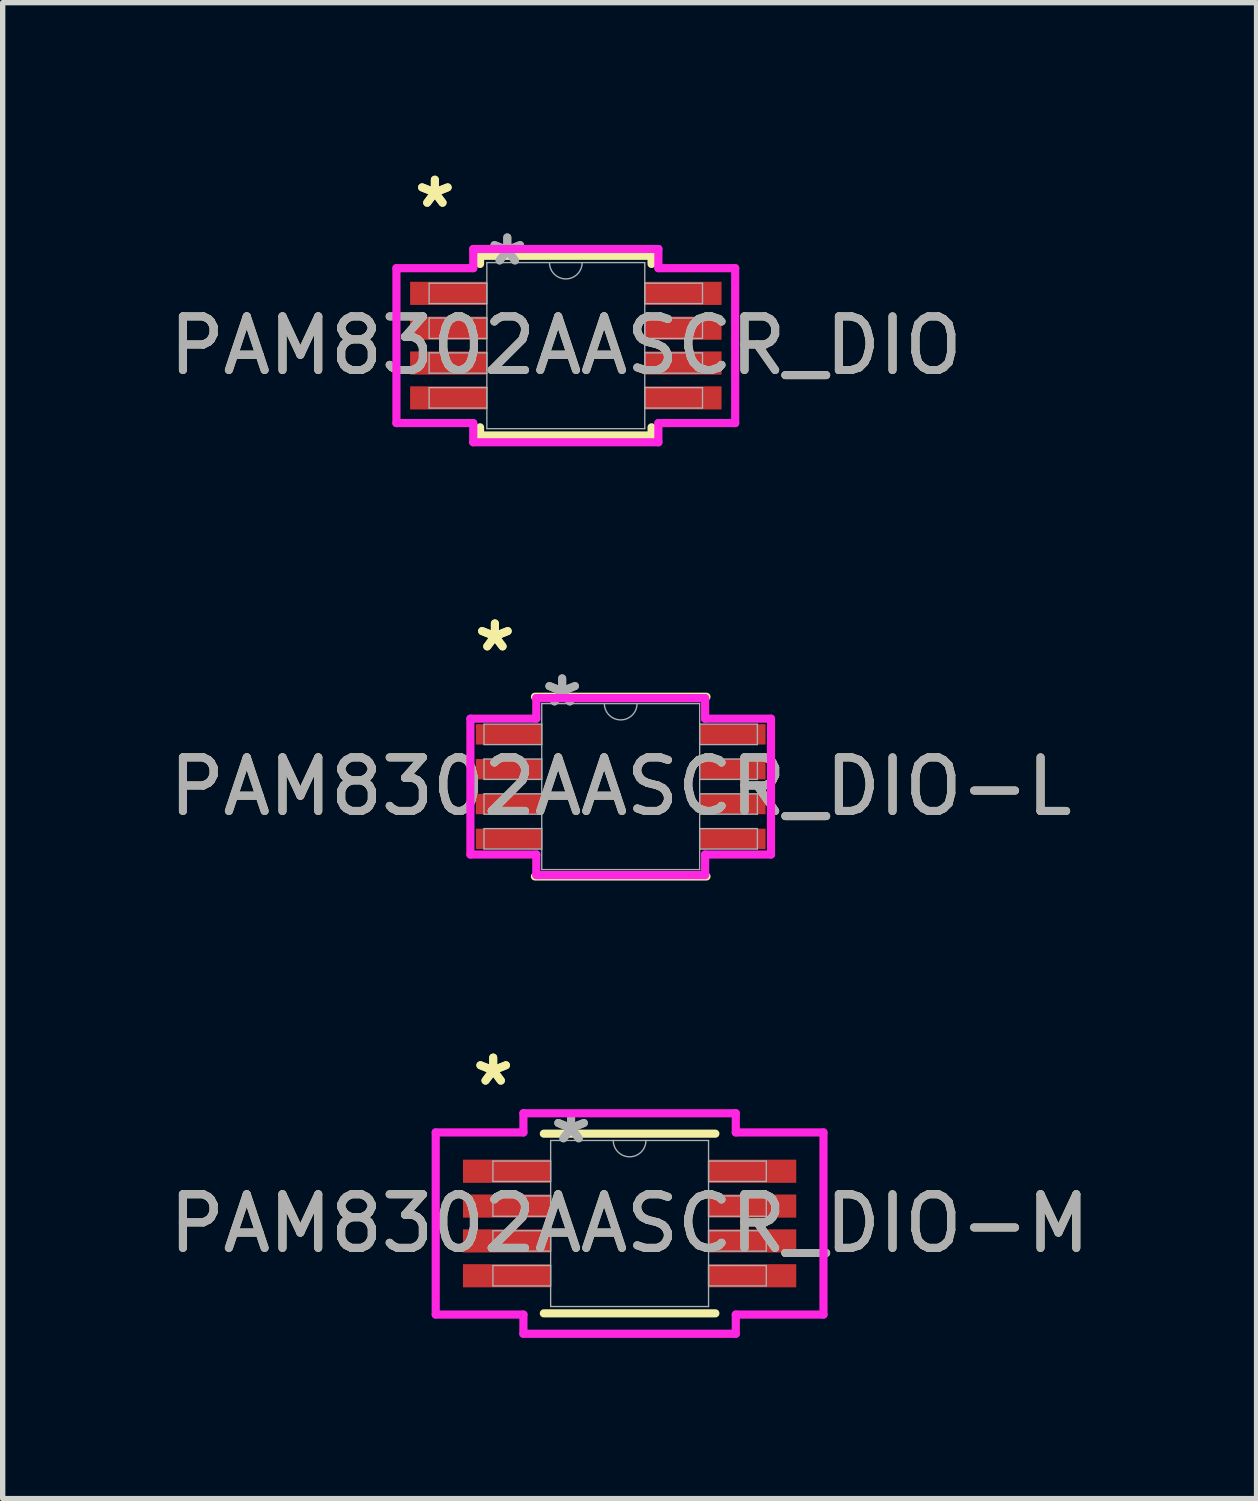
<source format=kicad_pcb>
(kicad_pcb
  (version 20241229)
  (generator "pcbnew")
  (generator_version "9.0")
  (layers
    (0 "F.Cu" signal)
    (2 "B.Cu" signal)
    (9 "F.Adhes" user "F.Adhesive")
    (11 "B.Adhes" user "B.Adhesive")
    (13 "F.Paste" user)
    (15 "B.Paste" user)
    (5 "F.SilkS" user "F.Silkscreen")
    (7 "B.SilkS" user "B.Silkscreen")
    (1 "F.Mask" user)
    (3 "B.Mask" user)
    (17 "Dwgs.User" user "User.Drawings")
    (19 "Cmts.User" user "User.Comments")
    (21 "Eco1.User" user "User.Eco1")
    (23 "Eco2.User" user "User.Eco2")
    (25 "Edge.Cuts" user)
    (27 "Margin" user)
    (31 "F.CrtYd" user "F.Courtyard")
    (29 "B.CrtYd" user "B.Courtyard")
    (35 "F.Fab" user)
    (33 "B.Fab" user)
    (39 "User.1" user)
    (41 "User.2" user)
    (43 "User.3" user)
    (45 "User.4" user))
  (footprint "PAM8302AASCR_DIO-M"
    (layer "F.Cu")
    (at 8.696 19.776)
    (property "Reference" "PAM8302AASCR_DIO-M" (at 0 0 0) (unlocked yes) (layer "F.SilkS") (effects (font (size 1 1) (thickness 0.15))))
    (attr smd)
    (fp_line (start -1.6 1.676) (end 1.6 1.676) (stroke (width 0.152) (type solid)) (layer "F.SilkS"))
    (fp_line (start 1.6 -1.676) (end -1.6 -1.676) (stroke (width 0.152) (type solid)) (layer "F.SilkS"))
    (fp_line (start -3.617 -1.699) (end -1.981 -1.699) (stroke (width 0.152) (type solid)) (layer "F.CrtYd"))
    (fp_line (start -3.617 1.699) (end -3.617 -1.699) (stroke (width 0.152) (type solid)) (layer "F.CrtYd"))
    (fp_line (start -3.617 1.699) (end -1.981 1.699) (stroke (width 0.152) (type solid)) (layer "F.CrtYd"))
    (fp_line (start -1.981 -2.057) (end 1.981 -2.057) (stroke (width 0.152) (type solid)) (layer "F.CrtYd"))
    (fp_line (start -1.981 -1.699) (end -1.981 -2.057) (stroke (width 0.152) (type solid)) (layer "F.CrtYd"))
    (fp_line (start -1.981 2.057) (end -1.981 1.699) (stroke (width 0.152) (type solid)) (layer "F.CrtYd"))
    (fp_line (start 1.981 -2.057) (end 1.981 -1.699) (stroke (width 0.152) (type solid)) (layer "F.CrtYd"))
    (fp_line (start 1.981 1.699) (end 1.981 2.057) (stroke (width 0.152) (type solid)) (layer "F.CrtYd"))
    (fp_line (start 1.981 2.057) (end -1.981 2.057) (stroke (width 0.152) (type solid)) (layer "F.CrtYd"))
    (fp_line (start 3.617 -1.699) (end 1.981 -1.699) (stroke (width 0.152) (type solid)) (layer "F.CrtYd"))
    (fp_line (start 3.617 -1.699) (end 3.617 1.699) (stroke (width 0.152) (type solid)) (layer "F.CrtYd"))
    (fp_line (start 3.617 1.699) (end 1.981 1.699) (stroke (width 0.152) (type solid)) (layer "F.CrtYd"))
    (fp_line (start -2.55 -1.165) (end -2.55 -0.784) (stroke (width 0.025) (type solid)) (layer "F.Fab"))
    (fp_line (start -2.55 -0.784) (end -1.473 -0.784) (stroke (width 0.025) (type solid)) (layer "F.Fab"))
    (fp_line (start -2.55 -0.515) (end -2.55 -0.135) (stroke (width 0.025) (type solid)) (layer "F.Fab"))
    (fp_line (start -2.55 -0.135) (end -1.473 -0.135) (stroke (width 0.025) (type solid)) (layer "F.Fab"))
    (fp_line (start -2.55 0.135) (end -2.55 0.515) (stroke (width 0.025) (type solid)) (layer "F.Fab"))
    (fp_line (start -2.55 0.515) (end -1.473 0.515) (stroke (width 0.025) (type solid)) (layer "F.Fab"))
    (fp_line (start -2.55 0.784) (end -2.55 1.165) (stroke (width 0.025) (type solid)) (layer "F.Fab"))
    (fp_line (start -2.55 1.165) (end -1.473 1.165) (stroke (width 0.025) (type solid)) (layer "F.Fab"))
    (fp_line (start -1.473 -1.549) (end -1.473 1.549) (stroke (width 0.025) (type solid)) (layer "F.Fab"))
    (fp_line (start -1.473 -1.165) (end -2.55 -1.165) (stroke (width 0.025) (type solid)) (layer "F.Fab"))
    (fp_line (start -1.473 -0.784) (end -1.473 -1.165) (stroke (width 0.025) (type solid)) (layer "F.Fab"))
    (fp_line (start -1.473 -0.515) (end -2.55 -0.515) (stroke (width 0.025) (type solid)) (layer "F.Fab"))
    (fp_line (start -1.473 -0.135) (end -1.473 -0.515) (stroke (width 0.025) (type solid)) (layer "F.Fab"))
    (fp_line (start -1.473 0.135) (end -2.55 0.135) (stroke (width 0.025) (type solid)) (layer "F.Fab"))
    (fp_line (start -1.473 0.515) (end -1.473 0.135) (stroke (width 0.025) (type solid)) (layer "F.Fab"))
    (fp_line (start -1.473 0.784) (end -2.55 0.784) (stroke (width 0.025) (type solid)) (layer "F.Fab"))
    (fp_line (start -1.473 1.165) (end -1.473 0.784) (stroke (width 0.025) (type solid)) (layer "F.Fab"))
    (fp_line (start -1.473 1.549) (end 1.473 1.549) (stroke (width 0.025) (type solid)) (layer "F.Fab"))
    (fp_line (start 1.473 -1.549) (end -1.473 -1.549) (stroke (width 0.025) (type solid)) (layer "F.Fab"))
    (fp_line (start 1.473 -1.165) (end 1.473 -0.784) (stroke (width 0.025) (type solid)) (layer "F.Fab"))
    (fp_line (start 1.473 -0.784) (end 2.55 -0.784) (stroke (width 0.025) (type solid)) (layer "F.Fab"))
    (fp_line (start 1.473 -0.515) (end 1.473 -0.135) (stroke (width 0.025) (type solid)) (layer "F.Fab"))
    (fp_line (start 1.473 -0.135) (end 2.55 -0.135) (stroke (width 0.025) (type solid)) (layer "F.Fab"))
    (fp_line (start 1.473 0.135) (end 1.473 0.515) (stroke (width 0.025) (type solid)) (layer "F.Fab"))
    (fp_line (start 1.473 0.515) (end 2.55 0.515) (stroke (width 0.025) (type solid)) (layer "F.Fab"))
    (fp_line (start 1.473 0.784) (end 1.473 1.165) (stroke (width 0.025) (type solid)) (layer "F.Fab"))
    (fp_line (start 1.473 1.165) (end 2.55 1.165) (stroke (width 0.025) (type solid)) (layer "F.Fab"))
    (fp_line (start 1.473 1.549) (end 1.473 -1.549) (stroke (width 0.025) (type solid)) (layer "F.Fab"))
    (fp_line (start 2.55 -1.165) (end 1.473 -1.165) (stroke (width 0.025) (type solid)) (layer "F.Fab"))
    (fp_line (start 2.55 -0.784) (end 2.55 -1.165) (stroke (width 0.025) (type solid)) (layer "F.Fab"))
    (fp_line (start 2.55 -0.515) (end 1.473 -0.515) (stroke (width 0.025) (type solid)) (layer "F.Fab"))
    (fp_line (start 2.55 -0.135) (end 2.55 -0.515) (stroke (width 0.025) (type solid)) (layer "F.Fab"))
    (fp_line (start 2.55 0.135) (end 1.473 0.135) (stroke (width 0.025) (type solid)) (layer "F.Fab"))
    (fp_line (start 2.55 0.515) (end 2.55 0.135) (stroke (width 0.025) (type solid)) (layer "F.Fab"))
    (fp_line (start 2.55 0.784) (end 1.473 0.784) (stroke (width 0.025) (type solid)) (layer "F.Fab"))
    (fp_line (start 2.55 1.165) (end 2.55 0.784) (stroke (width 0.025) (type solid)) (layer "F.Fab"))
    (fp_arc (start 0.3048 -1.5494) (mid 0 -1.2446) (end -0.3048 -1.5494) (stroke (width 0.0254) (type solid)) (layer "F.Fab"))
    (fp_text user "*" (at -2.545 -2.55 0) (layer "F.SilkS") (effects (font (size 1 1) (thickness 0.15))))
    (fp_text user "*" (at -2.545 -2.55 0) (unlocked yes) (layer "F.SilkS") (effects (font (size 1 1) (thickness 0.15))))
    (fp_text user "${REFERENCE}" (at 0 0 0) (unlocked yes) (layer "F.Fab") (effects (font (size 1 1) (thickness 0.15))))
    (fp_text user "*" (at -1.092 -1.473 0) (layer "F.Fab") (effects (font (size 1 1) (thickness 0.15))))
    (fp_text user "*" (at -1.092 -1.473 0) (unlocked yes) (layer "F.Fab") (effects (font (size 1 1) (thickness 0.15))))
    (pad "1" smd rect (at -2.291 -0.975) (size 1.636 0.432) (layers "F.Cu" "F.Mask" "F.Paste"))
    (pad "2" smd rect (at -2.291 -0.325) (size 1.636 0.432) (layers "F.Cu" "F.Mask" "F.Paste"))
    (pad "3" smd rect (at -2.291 0.325) (size 1.636 0.432) (layers "F.Cu" "F.Mask" "F.Paste"))
    (pad "4" smd rect (at -2.291 0.975) (size 1.636 0.432) (layers "F.Cu" "F.Mask" "F.Paste"))
    (pad "5" smd rect (at 2.291 0.975) (size 1.636 0.432) (layers "F.Cu" "F.Mask" "F.Paste"))
    (pad "6" smd rect (at 2.291 0.325) (size 1.636 0.432) (layers "F.Cu" "F.Mask" "F.Paste"))
    (pad "7" smd rect (at 2.291 -0.325) (size 1.636 0.432) (layers "F.Cu" "F.Mask" "F.Paste"))
    (pad "8" smd rect (at 2.291 -0.975) (size 1.636 0.432) (layers "F.Cu" "F.Mask" "F.Paste")))
  (footprint "PAM8302AASCR_DIO-L"
    (layer "F.Cu")
    (at 8.53 11.625)
    (property "Reference" "PAM8302AASCR_DIO-L" (at 0 0 0) (unlocked yes) (layer "F.SilkS") (effects (font (size 1 1) (thickness 0.15))))
    (attr smd)
    (fp_line (start -1.6 1.676) (end 1.6 1.676) (stroke (width 0.152) (type solid)) (layer "F.SilkS"))
    (fp_line (start 1.6 -1.676) (end -1.6 -1.676) (stroke (width 0.152) (type solid)) (layer "F.SilkS"))
    (fp_line (start -2.804 -1.267) (end -1.575 -1.267) (stroke (width 0.152) (type solid)) (layer "F.CrtYd"))
    (fp_line (start -2.804 1.267) (end -2.804 -1.267) (stroke (width 0.152) (type solid)) (layer "F.CrtYd"))
    (fp_line (start -2.804 1.267) (end -1.575 1.267) (stroke (width 0.152) (type solid)) (layer "F.CrtYd"))
    (fp_line (start -1.575 -1.651) (end 1.575 -1.651) (stroke (width 0.152) (type solid)) (layer "F.CrtYd"))
    (fp_line (start -1.575 -1.267) (end -1.575 -1.651) (stroke (width 0.152) (type solid)) (layer "F.CrtYd"))
    (fp_line (start -1.575 1.651) (end -1.575 1.267) (stroke (width 0.152) (type solid)) (layer "F.CrtYd"))
    (fp_line (start 1.575 -1.651) (end 1.575 -1.267) (stroke (width 0.152) (type solid)) (layer "F.CrtYd"))
    (fp_line (start 1.575 1.267) (end 1.575 1.651) (stroke (width 0.152) (type solid)) (layer "F.CrtYd"))
    (fp_line (start 1.575 1.651) (end -1.575 1.651) (stroke (width 0.152) (type solid)) (layer "F.CrtYd"))
    (fp_line (start 2.804 -1.267) (end 1.575 -1.267) (stroke (width 0.152) (type solid)) (layer "F.CrtYd"))
    (fp_line (start 2.804 -1.267) (end 2.804 1.267) (stroke (width 0.152) (type solid)) (layer "F.CrtYd"))
    (fp_line (start 2.804 1.267) (end 1.575 1.267) (stroke (width 0.152) (type solid)) (layer "F.CrtYd"))
    (fp_line (start -2.55 -1.165) (end -2.55 -0.784) (stroke (width 0.025) (type solid)) (layer "F.Fab"))
    (fp_line (start -2.55 -0.784) (end -1.473 -0.784) (stroke (width 0.025) (type solid)) (layer "F.Fab"))
    (fp_line (start -2.55 -0.515) (end -2.55 -0.135) (stroke (width 0.025) (type solid)) (layer "F.Fab"))
    (fp_line (start -2.55 -0.135) (end -1.473 -0.135) (stroke (width 0.025) (type solid)) (layer "F.Fab"))
    (fp_line (start -2.55 0.135) (end -2.55 0.515) (stroke (width 0.025) (type solid)) (layer "F.Fab"))
    (fp_line (start -2.55 0.515) (end -1.473 0.515) (stroke (width 0.025) (type solid)) (layer "F.Fab"))
    (fp_line (start -2.55 0.784) (end -2.55 1.165) (stroke (width 0.025) (type solid)) (layer "F.Fab"))
    (fp_line (start -2.55 1.165) (end -1.473 1.165) (stroke (width 0.025) (type solid)) (layer "F.Fab"))
    (fp_line (start -1.473 -1.549) (end -1.473 1.549) (stroke (width 0.025) (type solid)) (layer "F.Fab"))
    (fp_line (start -1.473 -1.165) (end -2.55 -1.165) (stroke (width 0.025) (type solid)) (layer "F.Fab"))
    (fp_line (start -1.473 -0.784) (end -1.473 -1.165) (stroke (width 0.025) (type solid)) (layer "F.Fab"))
    (fp_line (start -1.473 -0.515) (end -2.55 -0.515) (stroke (width 0.025) (type solid)) (layer "F.Fab"))
    (fp_line (start -1.473 -0.135) (end -1.473 -0.515) (stroke (width 0.025) (type solid)) (layer "F.Fab"))
    (fp_line (start -1.473 0.135) (end -2.55 0.135) (stroke (width 0.025) (type solid)) (layer "F.Fab"))
    (fp_line (start -1.473 0.515) (end -1.473 0.135) (stroke (width 0.025) (type solid)) (layer "F.Fab"))
    (fp_line (start -1.473 0.784) (end -2.55 0.784) (stroke (width 0.025) (type solid)) (layer "F.Fab"))
    (fp_line (start -1.473 1.165) (end -1.473 0.784) (stroke (width 0.025) (type solid)) (layer "F.Fab"))
    (fp_line (start -1.473 1.549) (end 1.473 1.549) (stroke (width 0.025) (type solid)) (layer "F.Fab"))
    (fp_line (start 1.473 -1.549) (end -1.473 -1.549) (stroke (width 0.025) (type solid)) (layer "F.Fab"))
    (fp_line (start 1.473 -1.165) (end 1.473 -0.784) (stroke (width 0.025) (type solid)) (layer "F.Fab"))
    (fp_line (start 1.473 -0.784) (end 2.55 -0.784) (stroke (width 0.025) (type solid)) (layer "F.Fab"))
    (fp_line (start 1.473 -0.515) (end 1.473 -0.135) (stroke (width 0.025) (type solid)) (layer "F.Fab"))
    (fp_line (start 1.473 -0.135) (end 2.55 -0.135) (stroke (width 0.025) (type solid)) (layer "F.Fab"))
    (fp_line (start 1.473 0.135) (end 1.473 0.515) (stroke (width 0.025) (type solid)) (layer "F.Fab"))
    (fp_line (start 1.473 0.515) (end 2.55 0.515) (stroke (width 0.025) (type solid)) (layer "F.Fab"))
    (fp_line (start 1.473 0.784) (end 1.473 1.165) (stroke (width 0.025) (type solid)) (layer "F.Fab"))
    (fp_line (start 1.473 1.165) (end 2.55 1.165) (stroke (width 0.025) (type solid)) (layer "F.Fab"))
    (fp_line (start 1.473 1.549) (end 1.473 -1.549) (stroke (width 0.025) (type solid)) (layer "F.Fab"))
    (fp_line (start 2.55 -1.165) (end 1.473 -1.165) (stroke (width 0.025) (type solid)) (layer "F.Fab"))
    (fp_line (start 2.55 -0.784) (end 2.55 -1.165) (stroke (width 0.025) (type solid)) (layer "F.Fab"))
    (fp_line (start 2.55 -0.515) (end 1.473 -0.515) (stroke (width 0.025) (type solid)) (layer "F.Fab"))
    (fp_line (start 2.55 -0.135) (end 2.55 -0.515) (stroke (width 0.025) (type solid)) (layer "F.Fab"))
    (fp_line (start 2.55 0.135) (end 1.473 0.135) (stroke (width 0.025) (type solid)) (layer "F.Fab"))
    (fp_line (start 2.55 0.515) (end 2.55 0.135) (stroke (width 0.025) (type solid)) (layer "F.Fab"))
    (fp_line (start 2.55 0.784) (end 1.473 0.784) (stroke (width 0.025) (type solid)) (layer "F.Fab"))
    (fp_line (start 2.55 1.165) (end 2.55 0.784) (stroke (width 0.025) (type solid)) (layer "F.Fab"))
    (fp_arc (start 0.3048 -1.5494) (mid 0 -1.2446) (end -0.3048 -1.5494) (stroke (width 0.0254) (type solid)) (layer "F.Fab"))
    (fp_text user "*" (at -2.347 -2.499 0) (layer "F.SilkS") (effects (font (size 1 1) (thickness 0.15))))
    (fp_text user "*" (at -2.347 -2.499 0) (unlocked yes) (layer "F.SilkS") (effects (font (size 1 1) (thickness 0.15))))
    (fp_text user "*" (at -1.092 -1.473 0) (layer "F.Fab") (effects (font (size 1 1) (thickness 0.15))))
    (fp_text user "*" (at -1.092 -1.473 0) (unlocked yes) (layer "F.Fab") (effects (font (size 1 1) (thickness 0.15))))
    (fp_text user "${REFERENCE}" (at 0 0 0) (unlocked yes) (layer "F.Fab") (effects (font (size 1 1) (thickness 0.15))))
    (pad "1" smd rect (at -2.093 -0.975) (size 1.219 0.381) (layers "F.Cu" "F.Mask" "F.Paste"))
    (pad "2" smd rect (at -2.093 -0.325) (size 1.219 0.381) (layers "F.Cu" "F.Mask" "F.Paste"))
    (pad "3" smd rect (at -2.093 0.325) (size 1.219 0.381) (layers "F.Cu" "F.Mask" "F.Paste"))
    (pad "4" smd rect (at -2.093 0.975) (size 1.219 0.381) (layers "F.Cu" "F.Mask" "F.Paste"))
    (pad "5" smd rect (at 2.093 0.975) (size 1.219 0.381) (layers "F.Cu" "F.Mask" "F.Paste"))
    (pad "6" smd rect (at 2.093 0.325) (size 1.219 0.381) (layers "F.Cu" "F.Mask" "F.Paste"))
    (pad "7" smd rect (at 2.093 -0.325) (size 1.219 0.381) (layers "F.Cu" "F.Mask" "F.Paste"))
    (pad "8" smd rect (at 2.093 -0.975) (size 1.219 0.381) (layers "F.Cu" "F.Mask" "F.Paste")))
  (footprint "PAM8302AASCR_DIO"
    (layer "F.Cu")
    (at 7.506 3.398)
    (property "Reference" "PAM8302AASCR_DIO" (at 0 0 0) (unlocked yes) (layer "F.SilkS") (effects (font (size 1 1) (thickness 0.15))))
    (attr smd)
    (fp_line (start -1.6 -1.676) (end -1.6 -1.524) (stroke (width 0.152) (type solid)) (layer "F.SilkS"))
    (fp_line (start -1.6 1.524) (end -1.6 1.676) (stroke (width 0.152) (type solid)) (layer "F.SilkS"))
    (fp_line (start -1.6 1.676) (end 1.6 1.676) (stroke (width 0.152) (type solid)) (layer "F.SilkS"))
    (fp_line (start 1.6 -1.676) (end -1.6 -1.676) (stroke (width 0.152) (type solid)) (layer "F.SilkS"))
    (fp_line (start 1.6 -1.524) (end 1.6 -1.676) (stroke (width 0.152) (type solid)) (layer "F.SilkS"))
    (fp_line (start 1.6 1.676) (end 1.6 1.524) (stroke (width 0.152) (type solid)) (layer "F.SilkS"))
    (fp_line (start -3.16 -1.445) (end -1.727 -1.445) (stroke (width 0.152) (type solid)) (layer "F.CrtYd"))
    (fp_line (start -3.16 1.445) (end -3.16 -1.445) (stroke (width 0.152) (type solid)) (layer "F.CrtYd"))
    (fp_line (start -3.16 1.445) (end -1.727 1.445) (stroke (width 0.152) (type solid)) (layer "F.CrtYd"))
    (fp_line (start -1.727 -1.803) (end 1.727 -1.803) (stroke (width 0.152) (type solid)) (layer "F.CrtYd"))
    (fp_line (start -1.727 -1.445) (end -1.727 -1.803) (stroke (width 0.152) (type solid)) (layer "F.CrtYd"))
    (fp_line (start -1.727 1.803) (end -1.727 1.445) (stroke (width 0.152) (type solid)) (layer "F.CrtYd"))
    (fp_line (start 1.727 -1.803) (end 1.727 -1.445) (stroke (width 0.152) (type solid)) (layer "F.CrtYd"))
    (fp_line (start 1.727 1.445) (end 1.727 1.803) (stroke (width 0.152) (type solid)) (layer "F.CrtYd"))
    (fp_line (start 1.727 1.803) (end -1.727 1.803) (stroke (width 0.152) (type solid)) (layer "F.CrtYd"))
    (fp_line (start 3.16 -1.445) (end 1.727 -1.445) (stroke (width 0.152) (type solid)) (layer "F.CrtYd"))
    (fp_line (start 3.16 -1.445) (end 3.16 1.445) (stroke (width 0.152) (type solid)) (layer "F.CrtYd"))
    (fp_line (start 3.16 1.445) (end 1.727 1.445) (stroke (width 0.152) (type solid)) (layer "F.CrtYd"))
    (fp_line (start -2.55 -1.165) (end -2.55 -0.784) (stroke (width 0.025) (type solid)) (layer "F.Fab"))
    (fp_line (start -2.55 -0.784) (end -1.473 -0.784) (stroke (width 0.025) (type solid)) (layer "F.Fab"))
    (fp_line (start -2.55 -0.515) (end -2.55 -0.135) (stroke (width 0.025) (type solid)) (layer "F.Fab"))
    (fp_line (start -2.55 -0.135) (end -1.473 -0.135) (stroke (width 0.025) (type solid)) (layer "F.Fab"))
    (fp_line (start -2.55 0.135) (end -2.55 0.515) (stroke (width 0.025) (type solid)) (layer "F.Fab"))
    (fp_line (start -2.55 0.515) (end -1.473 0.515) (stroke (width 0.025) (type solid)) (layer "F.Fab"))
    (fp_line (start -2.55 0.784) (end -2.55 1.165) (stroke (width 0.025) (type solid)) (layer "F.Fab"))
    (fp_line (start -2.55 1.165) (end -1.473 1.165) (stroke (width 0.025) (type solid)) (layer "F.Fab"))
    (fp_line (start -1.473 -1.549) (end -1.473 1.549) (stroke (width 0.025) (type solid)) (layer "F.Fab"))
    (fp_line (start -1.473 -1.165) (end -2.55 -1.165) (stroke (width 0.025) (type solid)) (layer "F.Fab"))
    (fp_line (start -1.473 -0.784) (end -1.473 -1.165) (stroke (width 0.025) (type solid)) (layer "F.Fab"))
    (fp_line (start -1.473 -0.515) (end -2.55 -0.515) (stroke (width 0.025) (type solid)) (layer "F.Fab"))
    (fp_line (start -1.473 -0.135) (end -1.473 -0.515) (stroke (width 0.025) (type solid)) (layer "F.Fab"))
    (fp_line (start -1.473 0.135) (end -2.55 0.135) (stroke (width 0.025) (type solid)) (layer "F.Fab"))
    (fp_line (start -1.473 0.515) (end -1.473 0.135) (stroke (width 0.025) (type solid)) (layer "F.Fab"))
    (fp_line (start -1.473 0.784) (end -2.55 0.784) (stroke (width 0.025) (type solid)) (layer "F.Fab"))
    (fp_line (start -1.473 1.165) (end -1.473 0.784) (stroke (width 0.025) (type solid)) (layer "F.Fab"))
    (fp_line (start -1.473 1.549) (end 1.473 1.549) (stroke (width 0.025) (type solid)) (layer "F.Fab"))
    (fp_line (start 1.473 -1.549) (end -1.473 -1.549) (stroke (width 0.025) (type solid)) (layer "F.Fab"))
    (fp_line (start 1.473 -1.165) (end 1.473 -0.784) (stroke (width 0.025) (type solid)) (layer "F.Fab"))
    (fp_line (start 1.473 -0.784) (end 2.55 -0.784) (stroke (width 0.025) (type solid)) (layer "F.Fab"))
    (fp_line (start 1.473 -0.515) (end 1.473 -0.135) (stroke (width 0.025) (type solid)) (layer "F.Fab"))
    (fp_line (start 1.473 -0.135) (end 2.55 -0.135) (stroke (width 0.025) (type solid)) (layer "F.Fab"))
    (fp_line (start 1.473 0.135) (end 1.473 0.515) (stroke (width 0.025) (type solid)) (layer "F.Fab"))
    (fp_line (start 1.473 0.515) (end 2.55 0.515) (stroke (width 0.025) (type solid)) (layer "F.Fab"))
    (fp_line (start 1.473 0.784) (end 1.473 1.165) (stroke (width 0.025) (type solid)) (layer "F.Fab"))
    (fp_line (start 1.473 1.165) (end 2.55 1.165) (stroke (width 0.025) (type solid)) (layer "F.Fab"))
    (fp_line (start 1.473 1.549) (end 1.473 -1.549) (stroke (width 0.025) (type solid)) (layer "F.Fab"))
    (fp_line (start 2.55 -1.165) (end 1.473 -1.165) (stroke (width 0.025) (type solid)) (layer "F.Fab"))
    (fp_line (start 2.55 -0.784) (end 2.55 -1.165) (stroke (width 0.025) (type solid)) (layer "F.Fab"))
    (fp_line (start 2.55 -0.515) (end 1.473 -0.515) (stroke (width 0.025) (type solid)) (layer "F.Fab"))
    (fp_line (start 2.55 -0.135) (end 2.55 -0.515) (stroke (width 0.025) (type solid)) (layer "F.Fab"))
    (fp_line (start 2.55 0.135) (end 1.473 0.135) (stroke (width 0.025) (type solid)) (layer "F.Fab"))
    (fp_line (start 2.55 0.515) (end 2.55 0.135) (stroke (width 0.025) (type solid)) (layer "F.Fab"))
    (fp_line (start 2.55 0.784) (end 1.473 0.784) (stroke (width 0.025) (type solid)) (layer "F.Fab"))
    (fp_line (start 2.55 1.165) (end 2.55 0.784) (stroke (width 0.025) (type solid)) (layer "F.Fab"))
    (fp_arc (start 0.3048 -1.5494) (mid 0 -1.2446) (end -0.3048 -1.5494) (stroke (width 0.0254) (type solid)) (layer "F.Fab"))
    (fp_text user "*" (at -2.443 -2.55 0) (layer "F.SilkS") (effects (font (size 1 1) (thickness 0.15))))
    (fp_text user "*" (at -2.443 -2.55 0) (unlocked yes) (layer "F.SilkS") (effects (font (size 1 1) (thickness 0.15))))
    (fp_text user "*" (at -1.092 -1.473 0) (unlocked yes) (layer "F.Fab") (effects (font (size 1 1) (thickness 0.15))))
    (fp_text user "*" (at -1.092 -1.473 0) (layer "F.Fab") (effects (font (size 1 1) (thickness 0.15))))
    (fp_text user "${REFERENCE}" (at 0 0 0) (unlocked yes) (layer "F.Fab") (effects (font (size 1 1) (thickness 0.15))))
    (pad "1" smd rect (at -2.189 -0.975) (size 1.432 0.432) (layers "F.Cu" "F.Mask" "F.Paste"))
    (pad "2" smd rect (at -2.189 -0.325) (size 1.432 0.432) (layers "F.Cu" "F.Mask" "F.Paste"))
    (pad "3" smd rect (at -2.189 0.325) (size 1.432 0.432) (layers "F.Cu" "F.Mask" "F.Paste"))
    (pad "4" smd rect (at -2.189 0.975) (size 1.432 0.432) (layers "F.Cu" "F.Mask" "F.Paste"))
    (pad "5" smd rect (at 2.189 0.975) (size 1.432 0.432) (layers "F.Cu" "F.Mask" "F.Paste"))
    (pad "6" smd rect (at 2.189 0.325) (size 1.432 0.432) (layers "F.Cu" "F.Mask" "F.Paste"))
    (pad "7" smd rect (at 2.189 -0.325) (size 1.432 0.432) (layers "F.Cu" "F.Mask" "F.Paste"))
    (pad "8" smd rect (at 2.189 -0.975) (size 1.432 0.432) (layers "F.Cu" "F.Mask" "F.Paste")))
  (gr_rect
    (start -3 -3)
    (end 20.393 24.909)
    (stroke (width 0.1) (type default))
    (fill no)
    (layer "Edge.Cuts")))
</source>
